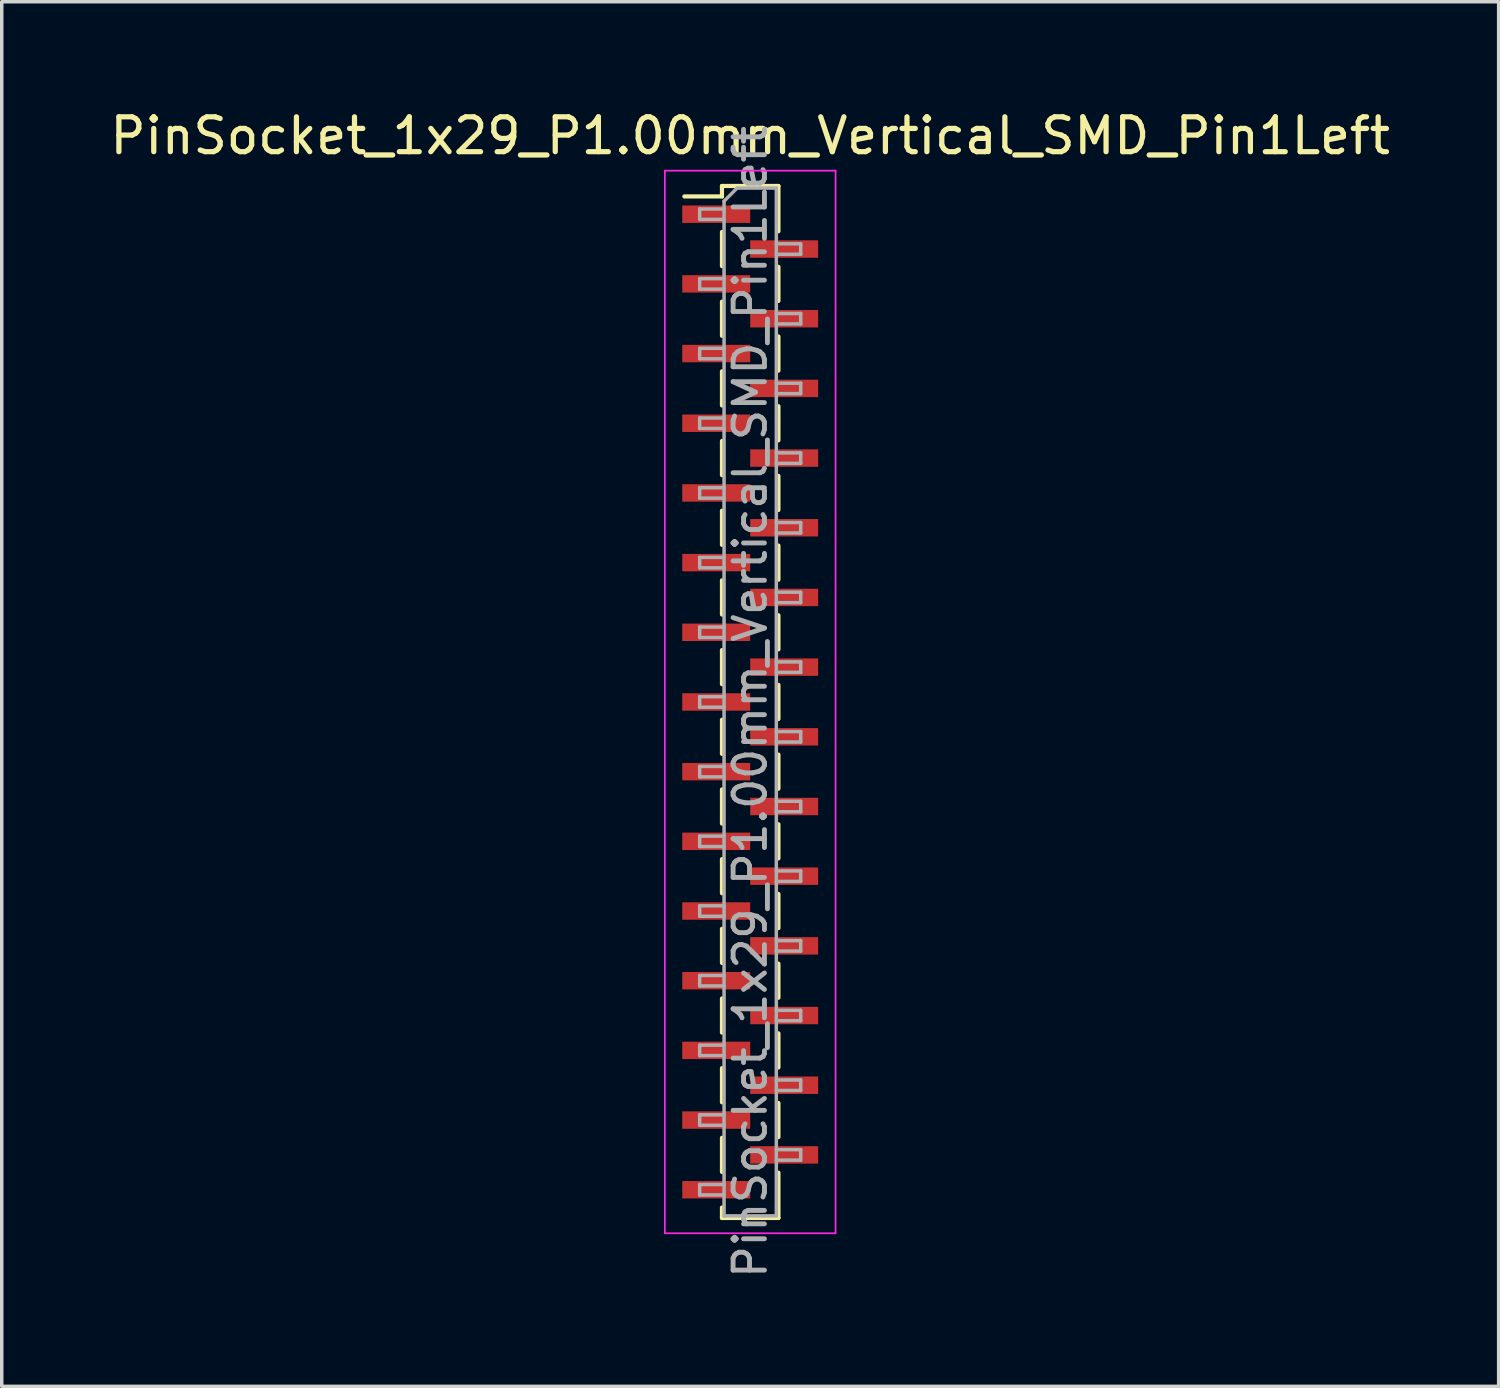
<source format=kicad_pcb>
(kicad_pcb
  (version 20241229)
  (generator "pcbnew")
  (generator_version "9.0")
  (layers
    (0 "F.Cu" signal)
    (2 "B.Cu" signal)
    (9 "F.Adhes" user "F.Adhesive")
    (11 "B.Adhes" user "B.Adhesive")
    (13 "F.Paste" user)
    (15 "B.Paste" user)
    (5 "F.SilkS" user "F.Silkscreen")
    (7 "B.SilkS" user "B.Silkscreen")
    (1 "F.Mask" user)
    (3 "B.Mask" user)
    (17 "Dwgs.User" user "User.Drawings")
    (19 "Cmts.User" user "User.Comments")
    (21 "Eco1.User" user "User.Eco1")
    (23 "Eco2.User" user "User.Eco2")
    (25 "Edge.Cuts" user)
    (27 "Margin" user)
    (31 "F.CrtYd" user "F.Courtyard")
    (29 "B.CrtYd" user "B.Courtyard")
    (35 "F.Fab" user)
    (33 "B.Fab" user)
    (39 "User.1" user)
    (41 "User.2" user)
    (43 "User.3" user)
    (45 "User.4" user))
  (footprint "PinSocket_1x29_P1.00mm_Vertical_SMD_Pin1Left"
    (layer "F.Cu")
    (at 18.482 17.098)
    (property "Reference" "PinSocket_1x29_P1.00mm_Vertical_SMD_Pin1Left" (at 0 -16.25 0) (layer "F.SilkS") (effects (font (size 1 1) (thickness 0.15))))
    (attr smd)
    (fp_line (start -1.89 -14.51) (end -0.81 -14.51) (stroke (width 0.12) (type solid)) (layer "F.SilkS"))
    (fp_line (start -0.81 -14.81) (end -0.81 -14.51) (stroke (width 0.12) (type solid)) (layer "F.SilkS"))
    (fp_line (start -0.81 -14.81) (end 0.81 -14.81) (stroke (width 0.12) (type solid)) (layer "F.SilkS"))
    (fp_line (start -0.81 -13.49) (end -0.81 -12.51) (stroke (width 0.12) (type solid)) (layer "F.SilkS"))
    (fp_line (start -0.81 -11.49) (end -0.81 -10.51) (stroke (width 0.12) (type solid)) (layer "F.SilkS"))
    (fp_line (start -0.81 -9.49) (end -0.81 -8.51) (stroke (width 0.12) (type solid)) (layer "F.SilkS"))
    (fp_line (start -0.81 -7.49) (end -0.81 -6.51) (stroke (width 0.12) (type solid)) (layer "F.SilkS"))
    (fp_line (start -0.81 -5.49) (end -0.81 -4.51) (stroke (width 0.12) (type solid)) (layer "F.SilkS"))
    (fp_line (start -0.81 -3.49) (end -0.81 -2.51) (stroke (width 0.12) (type solid)) (layer "F.SilkS"))
    (fp_line (start -0.81 -1.49) (end -0.81 -0.51) (stroke (width 0.12) (type solid)) (layer "F.SilkS"))
    (fp_line (start -0.81 0.51) (end -0.81 1.49) (stroke (width 0.12) (type solid)) (layer "F.SilkS"))
    (fp_line (start -0.81 2.51) (end -0.81 3.49) (stroke (width 0.12) (type solid)) (layer "F.SilkS"))
    (fp_line (start -0.81 4.51) (end -0.81 5.49) (stroke (width 0.12) (type solid)) (layer "F.SilkS"))
    (fp_line (start -0.81 6.51) (end -0.81 7.49) (stroke (width 0.12) (type solid)) (layer "F.SilkS"))
    (fp_line (start -0.81 8.51) (end -0.81 9.49) (stroke (width 0.12) (type solid)) (layer "F.SilkS"))
    (fp_line (start -0.81 10.51) (end -0.81 11.49) (stroke (width 0.12) (type solid)) (layer "F.SilkS"))
    (fp_line (start -0.81 12.51) (end -0.81 13.49) (stroke (width 0.12) (type solid)) (layer "F.SilkS"))
    (fp_line (start -0.81 14.51) (end -0.81 14.81) (stroke (width 0.12) (type solid)) (layer "F.SilkS"))
    (fp_line (start -0.81 14.81) (end 0.81 14.81) (stroke (width 0.12) (type solid)) (layer "F.SilkS"))
    (fp_line (start 0.81 -14.81) (end 0.81 -13.51) (stroke (width 0.12) (type solid)) (layer "F.SilkS"))
    (fp_line (start 0.81 -12.49) (end 0.81 -11.51) (stroke (width 0.12) (type solid)) (layer "F.SilkS"))
    (fp_line (start 0.81 -10.49) (end 0.81 -9.51) (stroke (width 0.12) (type solid)) (layer "F.SilkS"))
    (fp_line (start 0.81 -8.49) (end 0.81 -7.51) (stroke (width 0.12) (type solid)) (layer "F.SilkS"))
    (fp_line (start 0.81 -6.49) (end 0.81 -5.51) (stroke (width 0.12) (type solid)) (layer "F.SilkS"))
    (fp_line (start 0.81 -4.49) (end 0.81 -3.51) (stroke (width 0.12) (type solid)) (layer "F.SilkS"))
    (fp_line (start 0.81 -2.49) (end 0.81 -1.51) (stroke (width 0.12) (type solid)) (layer "F.SilkS"))
    (fp_line (start 0.81 -0.49) (end 0.81 0.49) (stroke (width 0.12) (type solid)) (layer "F.SilkS"))
    (fp_line (start 0.81 1.51) (end 0.81 2.49) (stroke (width 0.12) (type solid)) (layer "F.SilkS"))
    (fp_line (start 0.81 3.51) (end 0.81 4.49) (stroke (width 0.12) (type solid)) (layer "F.SilkS"))
    (fp_line (start 0.81 5.51) (end 0.81 6.49) (stroke (width 0.12) (type solid)) (layer "F.SilkS"))
    (fp_line (start 0.81 7.51) (end 0.81 8.49) (stroke (width 0.12) (type solid)) (layer "F.SilkS"))
    (fp_line (start 0.81 9.51) (end 0.81 10.49) (stroke (width 0.12) (type solid)) (layer "F.SilkS"))
    (fp_line (start 0.81 11.51) (end 0.81 12.49) (stroke (width 0.12) (type solid)) (layer "F.SilkS"))
    (fp_line (start 0.81 13.51) (end 0.81 14.81) (stroke (width 0.12) (type solid)) (layer "F.SilkS"))
    (fp_line (start -2.45 -15.25) (end 2.45 -15.25) (stroke (width 0.05) (type solid)) (layer "F.CrtYd"))
    (fp_line (start -2.45 15.25) (end -2.45 -15.25) (stroke (width 0.05) (type solid)) (layer "F.CrtYd"))
    (fp_line (start 2.45 -15.25) (end 2.45 15.25) (stroke (width 0.05) (type solid)) (layer "F.CrtYd"))
    (fp_line (start 2.45 15.25) (end -2.45 15.25) (stroke (width 0.05) (type solid)) (layer "F.CrtYd"))
    (fp_line (start -1.45 -14.15) (end -0.75 -14.15) (stroke (width 0.1) (type solid)) (layer "F.Fab"))
    (fp_line (start -1.45 -13.85) (end -1.45 -14.15) (stroke (width 0.1) (type solid)) (layer "F.Fab"))
    (fp_line (start -1.45 -12.15) (end -0.75 -12.15) (stroke (width 0.1) (type solid)) (layer "F.Fab"))
    (fp_line (start -1.45 -11.85) (end -1.45 -12.15) (stroke (width 0.1) (type solid)) (layer "F.Fab"))
    (fp_line (start -1.45 -10.15) (end -0.75 -10.15) (stroke (width 0.1) (type solid)) (layer "F.Fab"))
    (fp_line (start -1.45 -9.85) (end -1.45 -10.15) (stroke (width 0.1) (type solid)) (layer "F.Fab"))
    (fp_line (start -1.45 -8.15) (end -0.75 -8.15) (stroke (width 0.1) (type solid)) (layer "F.Fab"))
    (fp_line (start -1.45 -7.85) (end -1.45 -8.15) (stroke (width 0.1) (type solid)) (layer "F.Fab"))
    (fp_line (start -1.45 -6.15) (end -0.75 -6.15) (stroke (width 0.1) (type solid)) (layer "F.Fab"))
    (fp_line (start -1.45 -5.85) (end -1.45 -6.15) (stroke (width 0.1) (type solid)) (layer "F.Fab"))
    (fp_line (start -1.45 -4.15) (end -0.75 -4.15) (stroke (width 0.1) (type solid)) (layer "F.Fab"))
    (fp_line (start -1.45 -3.85) (end -1.45 -4.15) (stroke (width 0.1) (type solid)) (layer "F.Fab"))
    (fp_line (start -1.45 -2.15) (end -0.75 -2.15) (stroke (width 0.1) (type solid)) (layer "F.Fab"))
    (fp_line (start -1.45 -1.85) (end -1.45 -2.15) (stroke (width 0.1) (type solid)) (layer "F.Fab"))
    (fp_line (start -1.45 -0.15) (end -0.75 -0.15) (stroke (width 0.1) (type solid)) (layer "F.Fab"))
    (fp_line (start -1.45 0.15) (end -1.45 -0.15) (stroke (width 0.1) (type solid)) (layer "F.Fab"))
    (fp_line (start -1.45 1.85) (end -0.75 1.85) (stroke (width 0.1) (type solid)) (layer "F.Fab"))
    (fp_line (start -1.45 2.15) (end -1.45 1.85) (stroke (width 0.1) (type solid)) (layer "F.Fab"))
    (fp_line (start -1.45 3.85) (end -0.75 3.85) (stroke (width 0.1) (type solid)) (layer "F.Fab"))
    (fp_line (start -1.45 4.15) (end -1.45 3.85) (stroke (width 0.1) (type solid)) (layer "F.Fab"))
    (fp_line (start -1.45 5.85) (end -0.75 5.85) (stroke (width 0.1) (type solid)) (layer "F.Fab"))
    (fp_line (start -1.45 6.15) (end -1.45 5.85) (stroke (width 0.1) (type solid)) (layer "F.Fab"))
    (fp_line (start -1.45 7.85) (end -0.75 7.85) (stroke (width 0.1) (type solid)) (layer "F.Fab"))
    (fp_line (start -1.45 8.15) (end -1.45 7.85) (stroke (width 0.1) (type solid)) (layer "F.Fab"))
    (fp_line (start -1.45 9.85) (end -0.75 9.85) (stroke (width 0.1) (type solid)) (layer "F.Fab"))
    (fp_line (start -1.45 10.15) (end -1.45 9.85) (stroke (width 0.1) (type solid)) (layer "F.Fab"))
    (fp_line (start -1.45 11.85) (end -0.75 11.85) (stroke (width 0.1) (type solid)) (layer "F.Fab"))
    (fp_line (start -1.45 12.15) (end -1.45 11.85) (stroke (width 0.1) (type solid)) (layer "F.Fab"))
    (fp_line (start -1.45 13.85) (end -0.75 13.85) (stroke (width 0.1) (type solid)) (layer "F.Fab"))
    (fp_line (start -1.45 14.15) (end -1.45 13.85) (stroke (width 0.1) (type solid)) (layer "F.Fab"))
    (fp_line (start -0.75 -14.375) (end -0.375 -14.75) (stroke (width 0.1) (type solid)) (layer "F.Fab"))
    (fp_line (start -0.75 -13.85) (end -1.45 -13.85) (stroke (width 0.1) (type solid)) (layer "F.Fab"))
    (fp_line (start -0.75 -11.85) (end -1.45 -11.85) (stroke (width 0.1) (type solid)) (layer "F.Fab"))
    (fp_line (start -0.75 -9.85) (end -1.45 -9.85) (stroke (width 0.1) (type solid)) (layer "F.Fab"))
    (fp_line (start -0.75 -7.85) (end -1.45 -7.85) (stroke (width 0.1) (type solid)) (layer "F.Fab"))
    (fp_line (start -0.75 -5.85) (end -1.45 -5.85) (stroke (width 0.1) (type solid)) (layer "F.Fab"))
    (fp_line (start -0.75 -3.85) (end -1.45 -3.85) (stroke (width 0.1) (type solid)) (layer "F.Fab"))
    (fp_line (start -0.75 -1.85) (end -1.45 -1.85) (stroke (width 0.1) (type solid)) (layer "F.Fab"))
    (fp_line (start -0.75 0.15) (end -1.45 0.15) (stroke (width 0.1) (type solid)) (layer "F.Fab"))
    (fp_line (start -0.75 2.15) (end -1.45 2.15) (stroke (width 0.1) (type solid)) (layer "F.Fab"))
    (fp_line (start -0.75 4.15) (end -1.45 4.15) (stroke (width 0.1) (type solid)) (layer "F.Fab"))
    (fp_line (start -0.75 6.15) (end -1.45 6.15) (stroke (width 0.1) (type solid)) (layer "F.Fab"))
    (fp_line (start -0.75 8.15) (end -1.45 8.15) (stroke (width 0.1) (type solid)) (layer "F.Fab"))
    (fp_line (start -0.75 10.15) (end -1.45 10.15) (stroke (width 0.1) (type solid)) (layer "F.Fab"))
    (fp_line (start -0.75 12.15) (end -1.45 12.15) (stroke (width 0.1) (type solid)) (layer "F.Fab"))
    (fp_line (start -0.75 14.15) (end -1.45 14.15) (stroke (width 0.1) (type solid)) (layer "F.Fab"))
    (fp_line (start -0.75 14.75) (end -0.75 -14.375) (stroke (width 0.1) (type solid)) (layer "F.Fab"))
    (fp_line (start -0.375 -14.75) (end 0.75 -14.75) (stroke (width 0.1) (type solid)) (layer "F.Fab"))
    (fp_line (start 0.75 -14.75) (end 0.75 14.75) (stroke (width 0.1) (type solid)) (layer "F.Fab"))
    (fp_line (start 0.75 -13.15) (end 1.45 -13.15) (stroke (width 0.1) (type solid)) (layer "F.Fab"))
    (fp_line (start 0.75 -11.15) (end 1.45 -11.15) (stroke (width 0.1) (type solid)) (layer "F.Fab"))
    (fp_line (start 0.75 -9.15) (end 1.45 -9.15) (stroke (width 0.1) (type solid)) (layer "F.Fab"))
    (fp_line (start 0.75 -7.15) (end 1.45 -7.15) (stroke (width 0.1) (type solid)) (layer "F.Fab"))
    (fp_line (start 0.75 -5.15) (end 1.45 -5.15) (stroke (width 0.1) (type solid)) (layer "F.Fab"))
    (fp_line (start 0.75 -3.15) (end 1.45 -3.15) (stroke (width 0.1) (type solid)) (layer "F.Fab"))
    (fp_line (start 0.75 -1.15) (end 1.45 -1.15) (stroke (width 0.1) (type solid)) (layer "F.Fab"))
    (fp_line (start 0.75 0.85) (end 1.45 0.85) (stroke (width 0.1) (type solid)) (layer "F.Fab"))
    (fp_line (start 0.75 2.85) (end 1.45 2.85) (stroke (width 0.1) (type solid)) (layer "F.Fab"))
    (fp_line (start 0.75 4.85) (end 1.45 4.85) (stroke (width 0.1) (type solid)) (layer "F.Fab"))
    (fp_line (start 0.75 6.85) (end 1.45 6.85) (stroke (width 0.1) (type solid)) (layer "F.Fab"))
    (fp_line (start 0.75 8.85) (end 1.45 8.85) (stroke (width 0.1) (type solid)) (layer "F.Fab"))
    (fp_line (start 0.75 10.85) (end 1.45 10.85) (stroke (width 0.1) (type solid)) (layer "F.Fab"))
    (fp_line (start 0.75 12.85) (end 1.45 12.85) (stroke (width 0.1) (type solid)) (layer "F.Fab"))
    (fp_line (start 0.75 14.75) (end -0.75 14.75) (stroke (width 0.1) (type solid)) (layer "F.Fab"))
    (fp_line (start 1.45 -13.15) (end 1.45 -12.85) (stroke (width 0.1) (type solid)) (layer "F.Fab"))
    (fp_line (start 1.45 -12.85) (end 0.75 -12.85) (stroke (width 0.1) (type solid)) (layer "F.Fab"))
    (fp_line (start 1.45 -11.15) (end 1.45 -10.85) (stroke (width 0.1) (type solid)) (layer "F.Fab"))
    (fp_line (start 1.45 -10.85) (end 0.75 -10.85) (stroke (width 0.1) (type solid)) (layer "F.Fab"))
    (fp_line (start 1.45 -9.15) (end 1.45 -8.85) (stroke (width 0.1) (type solid)) (layer "F.Fab"))
    (fp_line (start 1.45 -8.85) (end 0.75 -8.85) (stroke (width 0.1) (type solid)) (layer "F.Fab"))
    (fp_line (start 1.45 -7.15) (end 1.45 -6.85) (stroke (width 0.1) (type solid)) (layer "F.Fab"))
    (fp_line (start 1.45 -6.85) (end 0.75 -6.85) (stroke (width 0.1) (type solid)) (layer "F.Fab"))
    (fp_line (start 1.45 -5.15) (end 1.45 -4.85) (stroke (width 0.1) (type solid)) (layer "F.Fab"))
    (fp_line (start 1.45 -4.85) (end 0.75 -4.85) (stroke (width 0.1) (type solid)) (layer "F.Fab"))
    (fp_line (start 1.45 -3.15) (end 1.45 -2.85) (stroke (width 0.1) (type solid)) (layer "F.Fab"))
    (fp_line (start 1.45 -2.85) (end 0.75 -2.85) (stroke (width 0.1) (type solid)) (layer "F.Fab"))
    (fp_line (start 1.45 -1.15) (end 1.45 -0.85) (stroke (width 0.1) (type solid)) (layer "F.Fab"))
    (fp_line (start 1.45 -0.85) (end 0.75 -0.85) (stroke (width 0.1) (type solid)) (layer "F.Fab"))
    (fp_line (start 1.45 0.85) (end 1.45 1.15) (stroke (width 0.1) (type solid)) (layer "F.Fab"))
    (fp_line (start 1.45 1.15) (end 0.75 1.15) (stroke (width 0.1) (type solid)) (layer "F.Fab"))
    (fp_line (start 1.45 2.85) (end 1.45 3.15) (stroke (width 0.1) (type solid)) (layer "F.Fab"))
    (fp_line (start 1.45 3.15) (end 0.75 3.15) (stroke (width 0.1) (type solid)) (layer "F.Fab"))
    (fp_line (start 1.45 4.85) (end 1.45 5.15) (stroke (width 0.1) (type solid)) (layer "F.Fab"))
    (fp_line (start 1.45 5.15) (end 0.75 5.15) (stroke (width 0.1) (type solid)) (layer "F.Fab"))
    (fp_line (start 1.45 6.85) (end 1.45 7.15) (stroke (width 0.1) (type solid)) (layer "F.Fab"))
    (fp_line (start 1.45 7.15) (end 0.75 7.15) (stroke (width 0.1) (type solid)) (layer "F.Fab"))
    (fp_line (start 1.45 8.85) (end 1.45 9.15) (stroke (width 0.1) (type solid)) (layer "F.Fab"))
    (fp_line (start 1.45 9.15) (end 0.75 9.15) (stroke (width 0.1) (type solid)) (layer "F.Fab"))
    (fp_line (start 1.45 10.85) (end 1.45 11.15) (stroke (width 0.1) (type solid)) (layer "F.Fab"))
    (fp_line (start 1.45 11.15) (end 0.75 11.15) (stroke (width 0.1) (type solid)) (layer "F.Fab"))
    (fp_line (start 1.45 12.85) (end 1.45 13.15) (stroke (width 0.1) (type solid)) (layer "F.Fab"))
    (fp_line (start 1.45 13.15) (end 0.75 13.15) (stroke (width 0.1) (type solid)) (layer "F.Fab"))
    (fp_text user "${REFERENCE}" (at 0 0 90) (layer "F.Fab") (effects (font (size 0.9 0.9) (thickness 0.14))))
    (pad "1" smd rect (at -0.975 -14) (size 1.95 0.5) (layers "F.Cu" "F.Mask" "F.Paste"))
    (pad "2" smd rect (at 0.975 -13) (size 1.95 0.5) (layers "F.Cu" "F.Mask" "F.Paste"))
    (pad "3" smd rect (at -0.975 -12) (size 1.95 0.5) (layers "F.Cu" "F.Mask" "F.Paste"))
    (pad "4" smd rect (at 0.975 -11) (size 1.95 0.5) (layers "F.Cu" "F.Mask" "F.Paste"))
    (pad "5" smd rect (at -0.975 -10) (size 1.95 0.5) (layers "F.Cu" "F.Mask" "F.Paste"))
    (pad "6" smd rect (at 0.975 -9) (size 1.95 0.5) (layers "F.Cu" "F.Mask" "F.Paste"))
    (pad "7" smd rect (at -0.975 -8) (size 1.95 0.5) (layers "F.Cu" "F.Mask" "F.Paste"))
    (pad "8" smd rect (at 0.975 -7) (size 1.95 0.5) (layers "F.Cu" "F.Mask" "F.Paste"))
    (pad "9" smd rect (at -0.975 -6) (size 1.95 0.5) (layers "F.Cu" "F.Mask" "F.Paste"))
    (pad "10" smd rect (at 0.975 -5) (size 1.95 0.5) (layers "F.Cu" "F.Mask" "F.Paste"))
    (pad "11" smd rect (at -0.975 -4) (size 1.95 0.5) (layers "F.Cu" "F.Mask" "F.Paste"))
    (pad "12" smd rect (at 0.975 -3) (size 1.95 0.5) (layers "F.Cu" "F.Mask" "F.Paste"))
    (pad "13" smd rect (at -0.975 -2) (size 1.95 0.5) (layers "F.Cu" "F.Mask" "F.Paste"))
    (pad "14" smd rect (at 0.975 -1) (size 1.95 0.5) (layers "F.Cu" "F.Mask" "F.Paste"))
    (pad "15" smd rect (at -0.975 0) (size 1.95 0.5) (layers "F.Cu" "F.Mask" "F.Paste"))
    (pad "16" smd rect (at 0.975 1) (size 1.95 0.5) (layers "F.Cu" "F.Mask" "F.Paste"))
    (pad "17" smd rect (at -0.975 2) (size 1.95 0.5) (layers "F.Cu" "F.Mask" "F.Paste"))
    (pad "18" smd rect (at 0.975 3) (size 1.95 0.5) (layers "F.Cu" "F.Mask" "F.Paste"))
    (pad "19" smd rect (at -0.975 4) (size 1.95 0.5) (layers "F.Cu" "F.Mask" "F.Paste"))
    (pad "20" smd rect (at 0.975 5) (size 1.95 0.5) (layers "F.Cu" "F.Mask" "F.Paste"))
    (pad "21" smd rect (at -0.975 6) (size 1.95 0.5) (layers "F.Cu" "F.Mask" "F.Paste"))
    (pad "22" smd rect (at 0.975 7) (size 1.95 0.5) (layers "F.Cu" "F.Mask" "F.Paste"))
    (pad "23" smd rect (at -0.975 8) (size 1.95 0.5) (layers "F.Cu" "F.Mask" "F.Paste"))
    (pad "24" smd rect (at 0.975 9) (size 1.95 0.5) (layers "F.Cu" "F.Mask" "F.Paste"))
    (pad "25" smd rect (at -0.975 10) (size 1.95 0.5) (layers "F.Cu" "F.Mask" "F.Paste"))
    (pad "26" smd rect (at 0.975 11) (size 1.95 0.5) (layers "F.Cu" "F.Mask" "F.Paste"))
    (pad "27" smd rect (at -0.975 12) (size 1.95 0.5) (layers "F.Cu" "F.Mask" "F.Paste"))
    (pad "28" smd rect (at 0.975 13) (size 1.95 0.5) (layers "F.Cu" "F.Mask" "F.Paste"))
    (pad "29" smd rect (at -0.975 14) (size 1.95 0.5) (layers "F.Cu" "F.Mask" "F.Paste")))
  (gr_rect
    (start -3 -3)
    (end 39.964 36.74)
    (stroke (width 0.1) (type default))
    (fill no)
    (layer "Edge.Cuts")))
</source>
